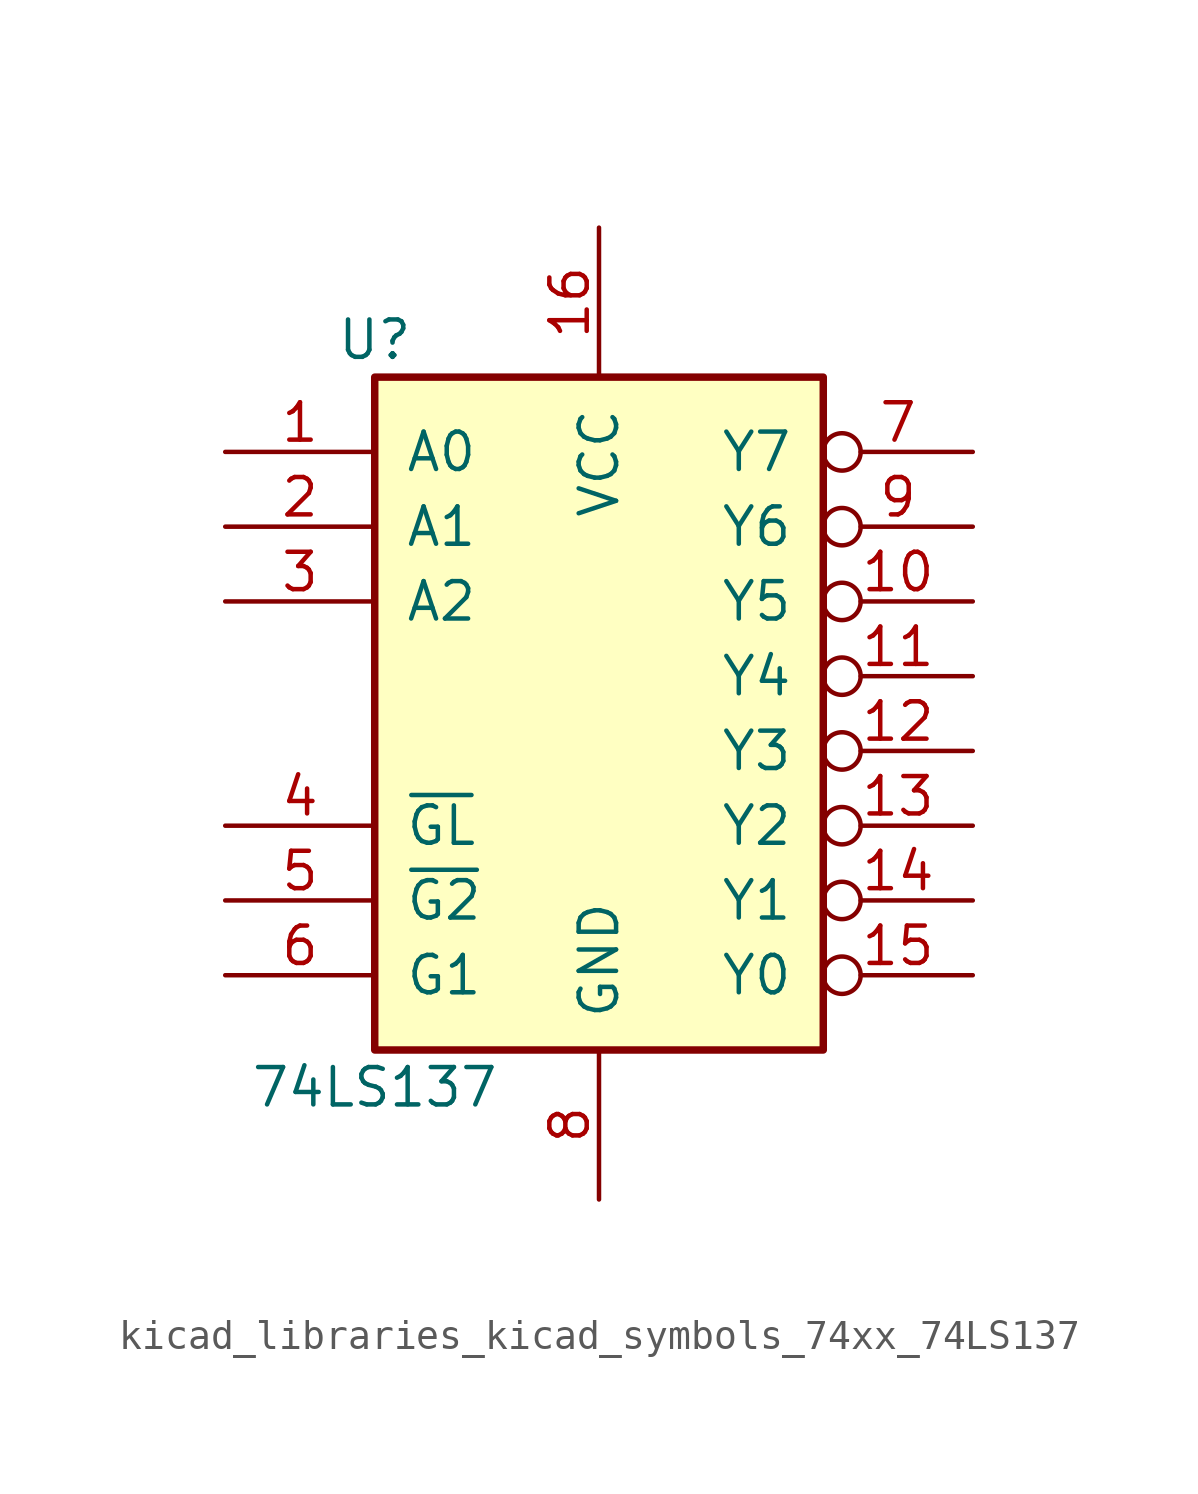
<source format=kicad_sym>
(kicad_symbol_lib
  (version 20220914)
  (generator kicad_symbol_editor)
  (symbol "kicad_libraries_kicad_symbols_74xx_74LS137"
    (pin_names
      (offset 1.016))
    (property "Reference" "U"
      (at -7.62 11.43 0)
      (effects (font (size 1.27 1.27))))
    (property "Value" "74LS137"
      (at -7.62 -13.97 0)
      (effects (font (size 1.27 1.27))))
    (property "ki_locked" ""
      (at 0 0 0)
      (effects (font (size 1.27 1.27))))
    (symbol "kicad_libraries_kicad_symbols_74xx_74LS137_1_0"
      (pin input line (at -12.7 7.62 0) (length 5.08) (name "A0" (effects (font (size 1.27 1.27)))) (number "1" (effects (font (size 1.27 1.27)))))
      (pin output inverted (at 12.7 2.54 180) (length 5.08) (name "Y5" (effects (font (size 1.27 1.27)))) (number "10" (effects (font (size 1.27 1.27)))))
      (pin output inverted (at 12.7 0 180) (length 5.08) (name "Y4" (effects (font (size 1.27 1.27)))) (number "11" (effects (font (size 1.27 1.27)))))
      (pin output inverted (at 12.7 -2.54 180) (length 5.08) (name "Y3" (effects (font (size 1.27 1.27)))) (number "12" (effects (font (size 1.27 1.27)))))
      (pin output inverted (at 12.7 -5.08 180) (length 5.08) (name "Y2" (effects (font (size 1.27 1.27)))) (number "13" (effects (font (size 1.27 1.27)))))
      (pin output inverted (at 12.7 -7.62 180) (length 5.08) (name "Y1" (effects (font (size 1.27 1.27)))) (number "14" (effects (font (size 1.27 1.27)))))
      (pin output inverted (at 12.7 -10.16 180) (length 5.08) (name "Y0" (effects (font (size 1.27 1.27)))) (number "15" (effects (font (size 1.27 1.27)))))
      (pin power_in line (at 0 15.24 270) (length 5.08) (name "VCC" (effects (font (size 1.27 1.27)))) (number "16" (effects (font (size 1.27 1.27)))))
      (pin input line (at -12.7 5.08 0) (length 5.08) (name "A1" (effects (font (size 1.27 1.27)))) (number "2" (effects (font (size 1.27 1.27)))))
      (pin input line (at -12.7 2.54 0) (length 5.08) (name "A2" (effects (font (size 1.27 1.27)))) (number "3" (effects (font (size 1.27 1.27)))))
      (pin input line (at -12.7 -5.08 0) (length 5.08) (name "~{GL}" (effects (font (size 1.27 1.27)))) (number "4" (effects (font (size 1.27 1.27)))))
      (pin input line (at -12.7 -7.62 0) (length 5.08) (name "~{G2}" (effects (font (size 1.27 1.27)))) (number "5" (effects (font (size 1.27 1.27)))))
      (pin input line (at -12.7 -10.16 0) (length 5.08) (name "G1" (effects (font (size 1.27 1.27)))) (number "6" (effects (font (size 1.27 1.27)))))
      (pin output inverted (at 12.7 7.62 180) (length 5.08) (name "Y7" (effects (font (size 1.27 1.27)))) (number "7" (effects (font (size 1.27 1.27)))))
      (pin power_in line (at 0 -17.78 90) (length 5.08) (name "GND" (effects (font (size 1.27 1.27)))) (number "8" (effects (font (size 1.27 1.27)))))
      (pin output inverted (at 12.7 5.08 180) (length 5.08) (name "Y6" (effects (font (size 1.27 1.27)))) (number "9" (effects (font (size 1.27 1.27))))))
    (symbol "kicad_libraries_kicad_symbols_74xx_74LS137_1_1"
      (rectangle (start -7.62 10.16) (end 7.62 -12.7) (stroke (width 0.254) (type default)) (fill (type background))))))
</source>
